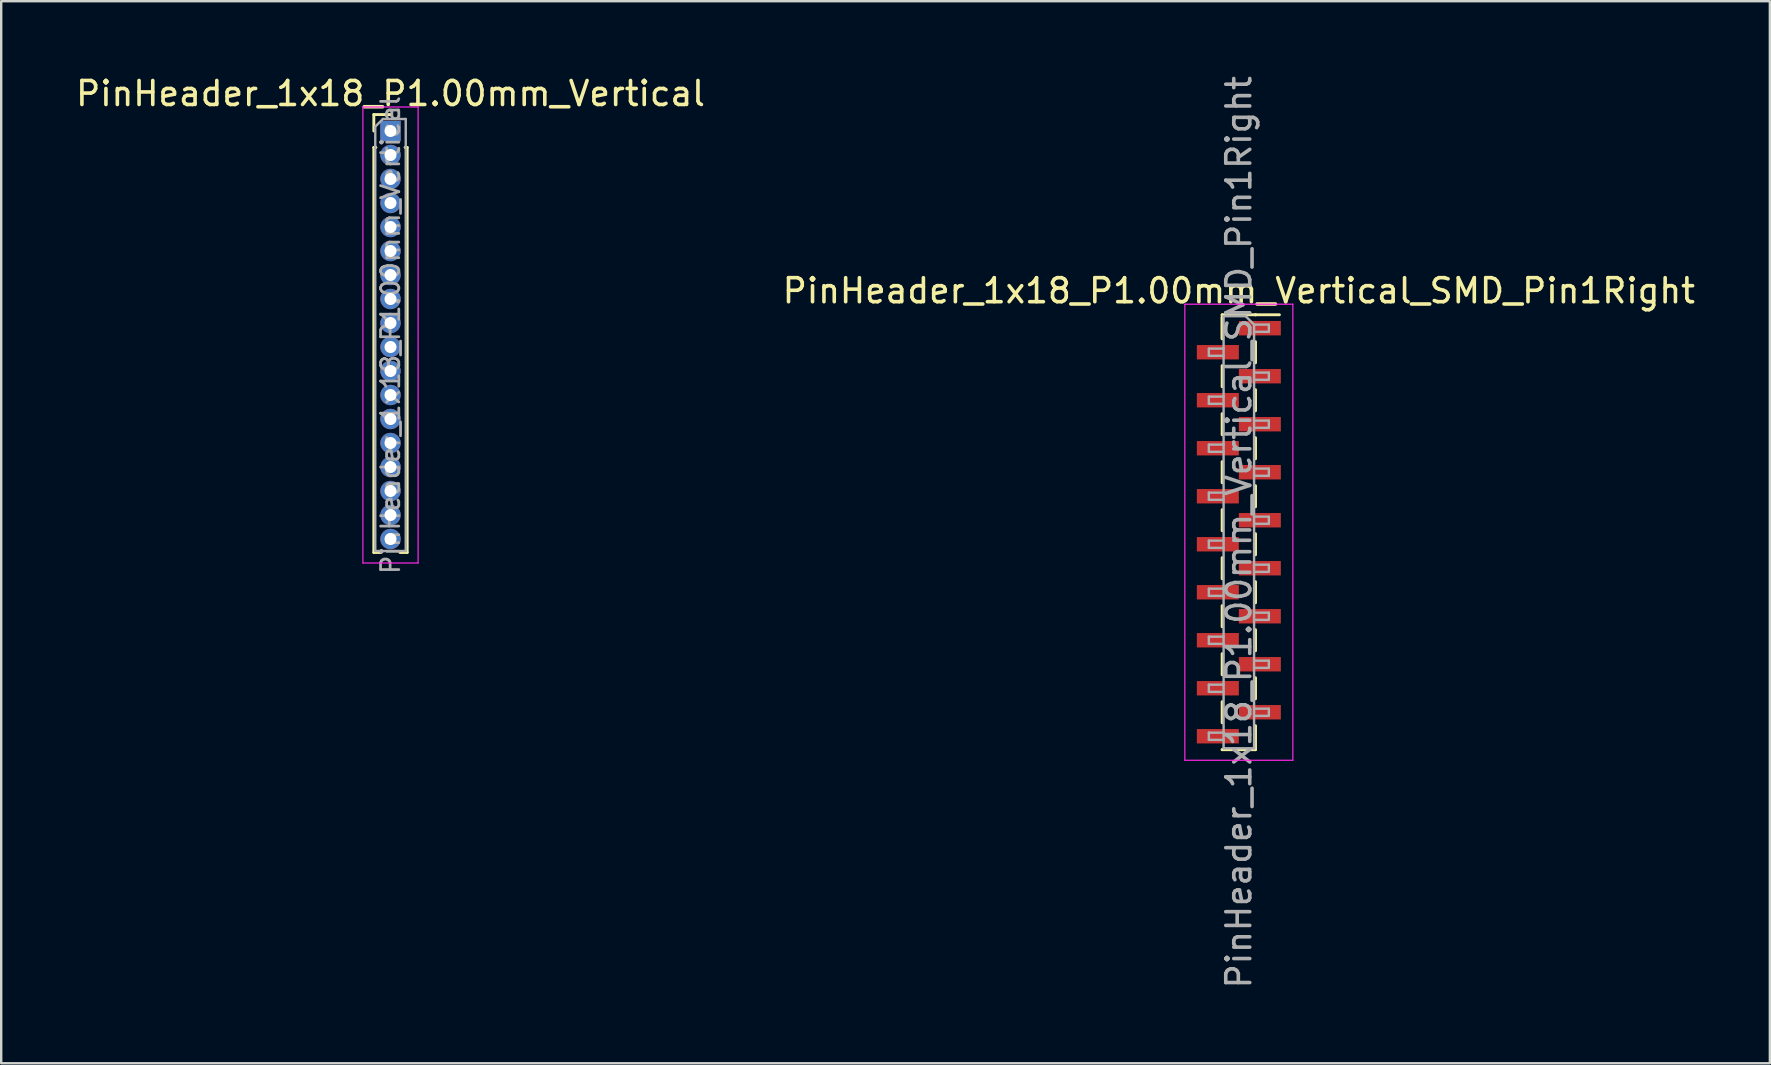
<source format=kicad_pcb>
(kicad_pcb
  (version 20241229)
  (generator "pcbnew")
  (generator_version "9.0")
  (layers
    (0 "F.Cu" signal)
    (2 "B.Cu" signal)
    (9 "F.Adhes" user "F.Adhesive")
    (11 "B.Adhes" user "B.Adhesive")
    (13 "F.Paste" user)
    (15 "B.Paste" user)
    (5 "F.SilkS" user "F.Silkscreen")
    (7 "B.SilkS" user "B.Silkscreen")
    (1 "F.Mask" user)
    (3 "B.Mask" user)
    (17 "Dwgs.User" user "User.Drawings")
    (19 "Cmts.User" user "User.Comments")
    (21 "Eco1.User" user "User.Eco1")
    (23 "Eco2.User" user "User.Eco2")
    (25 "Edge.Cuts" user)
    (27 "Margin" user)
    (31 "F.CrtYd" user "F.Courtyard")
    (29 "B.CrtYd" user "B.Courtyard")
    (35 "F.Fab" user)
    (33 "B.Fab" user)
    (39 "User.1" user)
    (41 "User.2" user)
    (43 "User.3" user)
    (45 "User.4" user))
  (footprint "PinHeader_1x18_P1.00mm_Vertical"
    (layer "F.Cu")
    (at 13.22 2.408)
    (property "Reference" "PinHeader_1x18_P1.00mm_Vertical" (at 0 -1.56 0) (layer "F.SilkS") (effects (font (size 1 1) (thickness 0.15))))
    (attr through_hole)
    (fp_line (start -0.695 -0.685) (end 0 -0.685) (stroke (width 0.12) (type solid)) (layer "F.SilkS"))
    (fp_line (start -0.695 0) (end -0.695 -0.685) (stroke (width 0.12) (type solid)) (layer "F.SilkS"))
    (fp_line (start -0.695 0.685) (end -0.695 17.56) (stroke (width 0.12) (type solid)) (layer "F.SilkS"))
    (fp_line (start -0.695 0.685) (end -0.608 0.685) (stroke (width 0.12) (type solid)) (layer "F.SilkS"))
    (fp_line (start -0.695 17.56) (end -0.394 17.56) (stroke (width 0.12) (type solid)) (layer "F.SilkS"))
    (fp_line (start 0.394 17.56) (end 0.695 17.56) (stroke (width 0.12) (type solid)) (layer "F.SilkS"))
    (fp_line (start 0.608 0.685) (end 0.695 0.685) (stroke (width 0.12) (type solid)) (layer "F.SilkS"))
    (fp_line (start 0.695 0.685) (end 0.695 17.56) (stroke (width 0.12) (type solid)) (layer "F.SilkS"))
    (fp_line (start -1.15 -1) (end -1.15 18) (stroke (width 0.05) (type solid)) (layer "F.CrtYd"))
    (fp_line (start -1.15 18) (end 1.15 18) (stroke (width 0.05) (type solid)) (layer "F.CrtYd"))
    (fp_line (start 1.15 -1) (end -1.15 -1) (stroke (width 0.05) (type solid)) (layer "F.CrtYd"))
    (fp_line (start 1.15 18) (end 1.15 -1) (stroke (width 0.05) (type solid)) (layer "F.CrtYd"))
    (fp_line (start -0.635 -0.182) (end -0.318 -0.5) (stroke (width 0.1) (type solid)) (layer "F.Fab"))
    (fp_line (start -0.635 17.5) (end -0.635 -0.182) (stroke (width 0.1) (type solid)) (layer "F.Fab"))
    (fp_line (start -0.318 -0.5) (end 0.635 -0.5) (stroke (width 0.1) (type solid)) (layer "F.Fab"))
    (fp_line (start 0.635 -0.5) (end 0.635 17.5) (stroke (width 0.1) (type solid)) (layer "F.Fab"))
    (fp_line (start 0.635 17.5) (end -0.635 17.5) (stroke (width 0.1) (type solid)) (layer "F.Fab"))
    (fp_text user "${REFERENCE}" (at 0 8.5 90) (layer "F.Fab") (effects (font (size 0.76 0.76) (thickness 0.114))))
    (pad "1" thru_hole rect (at 0 0) (size 0.85 0.85) (drill 0.5) (layers "*.Cu" "*.Mask"))
    (pad "2" thru_hole oval (at 0 1) (size 0.85 0.85) (drill 0.5) (layers "*.Cu" "*.Mask"))
    (pad "3" thru_hole oval (at 0 2) (size 0.85 0.85) (drill 0.5) (layers "*.Cu" "*.Mask"))
    (pad "4" thru_hole oval (at 0 3) (size 0.85 0.85) (drill 0.5) (layers "*.Cu" "*.Mask"))
    (pad "5" thru_hole oval (at 0 4) (size 0.85 0.85) (drill 0.5) (layers "*.Cu" "*.Mask"))
    (pad "6" thru_hole oval (at 0 5) (size 0.85 0.85) (drill 0.5) (layers "*.Cu" "*.Mask"))
    (pad "7" thru_hole oval (at 0 6) (size 0.85 0.85) (drill 0.5) (layers "*.Cu" "*.Mask"))
    (pad "8" thru_hole oval (at 0 7) (size 0.85 0.85) (drill 0.5) (layers "*.Cu" "*.Mask"))
    (pad "9" thru_hole oval (at 0 8) (size 0.85 0.85) (drill 0.5) (layers "*.Cu" "*.Mask"))
    (pad "10" thru_hole oval (at 0 9) (size 0.85 0.85) (drill 0.5) (layers "*.Cu" "*.Mask"))
    (pad "11" thru_hole oval (at 0 10) (size 0.85 0.85) (drill 0.5) (layers "*.Cu" "*.Mask"))
    (pad "12" thru_hole oval (at 0 11) (size 0.85 0.85) (drill 0.5) (layers "*.Cu" "*.Mask"))
    (pad "13" thru_hole oval (at 0 12) (size 0.85 0.85) (drill 0.5) (layers "*.Cu" "*.Mask"))
    (pad "14" thru_hole oval (at 0 13) (size 0.85 0.85) (drill 0.5) (layers "*.Cu" "*.Mask"))
    (pad "15" thru_hole oval (at 0 14) (size 0.85 0.85) (drill 0.5) (layers "*.Cu" "*.Mask"))
    (pad "16" thru_hole oval (at 0 15) (size 0.85 0.85) (drill 0.5) (layers "*.Cu" "*.Mask"))
    (pad "17" thru_hole oval (at 0 16) (size 0.85 0.85) (drill 0.5) (layers "*.Cu" "*.Mask"))
    (pad "18" thru_hole oval (at 0 17) (size 0.85 0.85) (drill 0.5) (layers "*.Cu" "*.Mask")))
  (footprint "PinHeader_1x18_P1.00mm_Vertical_SMD_Pin1Right"
    (layer "F.Cu")
    (at 48.565 19.125)
    (property "Reference" "PinHeader_1x18_P1.00mm_Vertical_SMD_Pin1Right" (at 0 -10.06 0) (layer "F.SilkS") (effects (font (size 1 1) (thickness 0.15))))
    (attr smd)
    (fp_line (start -0.695 -9.06) (end -0.695 -8.06) (stroke (width 0.12) (type solid)) (layer "F.SilkS"))
    (fp_line (start -0.695 -9.06) (end 0.695 -9.06) (stroke (width 0.12) (type solid)) (layer "F.SilkS"))
    (fp_line (start -0.695 -8.94) (end -0.695 -8.06) (stroke (width 0.12) (type solid)) (layer "F.SilkS"))
    (fp_line (start -0.695 -6.94) (end -0.695 -6.06) (stroke (width 0.12) (type solid)) (layer "F.SilkS"))
    (fp_line (start -0.695 -4.94) (end -0.695 -4.06) (stroke (width 0.12) (type solid)) (layer "F.SilkS"))
    (fp_line (start -0.695 -2.94) (end -0.695 -2.06) (stroke (width 0.12) (type solid)) (layer "F.SilkS"))
    (fp_line (start -0.695 -0.94) (end -0.695 -0.06) (stroke (width 0.12) (type solid)) (layer "F.SilkS"))
    (fp_line (start -0.695 1.06) (end -0.695 1.94) (stroke (width 0.12) (type solid)) (layer "F.SilkS"))
    (fp_line (start -0.695 3.06) (end -0.695 3.94) (stroke (width 0.12) (type solid)) (layer "F.SilkS"))
    (fp_line (start -0.695 5.06) (end -0.695 5.94) (stroke (width 0.12) (type solid)) (layer "F.SilkS"))
    (fp_line (start -0.695 7.06) (end -0.695 7.94) (stroke (width 0.12) (type solid)) (layer "F.SilkS"))
    (fp_line (start -0.695 9.06) (end -0.695 9.06) (stroke (width 0.12) (type solid)) (layer "F.SilkS"))
    (fp_line (start -0.695 9.06) (end 0.695 9.06) (stroke (width 0.12) (type solid)) (layer "F.SilkS"))
    (fp_line (start 0.695 -9.06) (end 0.695 -9.06) (stroke (width 0.12) (type solid)) (layer "F.SilkS"))
    (fp_line (start 0.695 -9.06) (end 1.69 -9.06) (stroke (width 0.12) (type solid)) (layer "F.SilkS"))
    (fp_line (start 0.695 -7.94) (end 0.695 -7.06) (stroke (width 0.12) (type solid)) (layer "F.SilkS"))
    (fp_line (start 0.695 -5.94) (end 0.695 -5.06) (stroke (width 0.12) (type solid)) (layer "F.SilkS"))
    (fp_line (start 0.695 -3.94) (end 0.695 -3.06) (stroke (width 0.12) (type solid)) (layer "F.SilkS"))
    (fp_line (start 0.695 -1.94) (end 0.695 -1.06) (stroke (width 0.12) (type solid)) (layer "F.SilkS"))
    (fp_line (start 0.695 0.06) (end 0.695 0.94) (stroke (width 0.12) (type solid)) (layer "F.SilkS"))
    (fp_line (start 0.695 2.06) (end 0.695 2.94) (stroke (width 0.12) (type solid)) (layer "F.SilkS"))
    (fp_line (start 0.695 4.06) (end 0.695 4.94) (stroke (width 0.12) (type solid)) (layer "F.SilkS"))
    (fp_line (start 0.695 6.06) (end 0.695 6.94) (stroke (width 0.12) (type solid)) (layer "F.SilkS"))
    (fp_line (start 0.695 8.06) (end 0.695 9.06) (stroke (width 0.12) (type solid)) (layer "F.SilkS"))
    (fp_line (start -2.25 -9.5) (end -2.25 9.5) (stroke (width 0.05) (type solid)) (layer "F.CrtYd"))
    (fp_line (start -2.25 9.5) (end 2.25 9.5) (stroke (width 0.05) (type solid)) (layer "F.CrtYd"))
    (fp_line (start 2.25 -9.5) (end -2.25 -9.5) (stroke (width 0.05) (type solid)) (layer "F.CrtYd"))
    (fp_line (start 2.25 9.5) (end 2.25 -9.5) (stroke (width 0.05) (type solid)) (layer "F.CrtYd"))
    (fp_line (start -1.25 -7.65) (end -1.25 -7.35) (stroke (width 0.1) (type solid)) (layer "F.Fab"))
    (fp_line (start -1.25 -7.35) (end -0.635 -7.35) (stroke (width 0.1) (type solid)) (layer "F.Fab"))
    (fp_line (start -1.25 -5.65) (end -1.25 -5.35) (stroke (width 0.1) (type solid)) (layer "F.Fab"))
    (fp_line (start -1.25 -5.35) (end -0.635 -5.35) (stroke (width 0.1) (type solid)) (layer "F.Fab"))
    (fp_line (start -1.25 -3.65) (end -1.25 -3.35) (stroke (width 0.1) (type solid)) (layer "F.Fab"))
    (fp_line (start -1.25 -3.35) (end -0.635 -3.35) (stroke (width 0.1) (type solid)) (layer "F.Fab"))
    (fp_line (start -1.25 -1.65) (end -1.25 -1.35) (stroke (width 0.1) (type solid)) (layer "F.Fab"))
    (fp_line (start -1.25 -1.35) (end -0.635 -1.35) (stroke (width 0.1) (type solid)) (layer "F.Fab"))
    (fp_line (start -1.25 0.35) (end -1.25 0.65) (stroke (width 0.1) (type solid)) (layer "F.Fab"))
    (fp_line (start -1.25 0.65) (end -0.635 0.65) (stroke (width 0.1) (type solid)) (layer "F.Fab"))
    (fp_line (start -1.25 2.35) (end -1.25 2.65) (stroke (width 0.1) (type solid)) (layer "F.Fab"))
    (fp_line (start -1.25 2.65) (end -0.635 2.65) (stroke (width 0.1) (type solid)) (layer "F.Fab"))
    (fp_line (start -1.25 4.35) (end -1.25 4.65) (stroke (width 0.1) (type solid)) (layer "F.Fab"))
    (fp_line (start -1.25 4.65) (end -0.635 4.65) (stroke (width 0.1) (type solid)) (layer "F.Fab"))
    (fp_line (start -1.25 6.35) (end -1.25 6.65) (stroke (width 0.1) (type solid)) (layer "F.Fab"))
    (fp_line (start -1.25 6.65) (end -0.635 6.65) (stroke (width 0.1) (type solid)) (layer "F.Fab"))
    (fp_line (start -1.25 8.35) (end -1.25 8.65) (stroke (width 0.1) (type solid)) (layer "F.Fab"))
    (fp_line (start -1.25 8.65) (end -0.635 8.65) (stroke (width 0.1) (type solid)) (layer "F.Fab"))
    (fp_line (start -0.635 -9) (end -0.635 9) (stroke (width 0.1) (type solid)) (layer "F.Fab"))
    (fp_line (start -0.635 -9) (end 0.285 -9) (stroke (width 0.1) (type solid)) (layer "F.Fab"))
    (fp_line (start -0.635 -7.65) (end -1.25 -7.65) (stroke (width 0.1) (type solid)) (layer "F.Fab"))
    (fp_line (start -0.635 -5.65) (end -1.25 -5.65) (stroke (width 0.1) (type solid)) (layer "F.Fab"))
    (fp_line (start -0.635 -3.65) (end -1.25 -3.65) (stroke (width 0.1) (type solid)) (layer "F.Fab"))
    (fp_line (start -0.635 -1.65) (end -1.25 -1.65) (stroke (width 0.1) (type solid)) (layer "F.Fab"))
    (fp_line (start -0.635 0.35) (end -1.25 0.35) (stroke (width 0.1) (type solid)) (layer "F.Fab"))
    (fp_line (start -0.635 2.35) (end -1.25 2.35) (stroke (width 0.1) (type solid)) (layer "F.Fab"))
    (fp_line (start -0.635 4.35) (end -1.25 4.35) (stroke (width 0.1) (type solid)) (layer "F.Fab"))
    (fp_line (start -0.635 6.35) (end -1.25 6.35) (stroke (width 0.1) (type solid)) (layer "F.Fab"))
    (fp_line (start -0.635 8.35) (end -1.25 8.35) (stroke (width 0.1) (type solid)) (layer "F.Fab"))
    (fp_line (start 0.635 -8.65) (end 0.285 -9) (stroke (width 0.1) (type solid)) (layer "F.Fab"))
    (fp_line (start 0.635 -8.65) (end 1.25 -8.65) (stroke (width 0.1) (type solid)) (layer "F.Fab"))
    (fp_line (start 0.635 -6.65) (end 1.25 -6.65) (stroke (width 0.1) (type solid)) (layer "F.Fab"))
    (fp_line (start 0.635 -4.65) (end 1.25 -4.65) (stroke (width 0.1) (type solid)) (layer "F.Fab"))
    (fp_line (start 0.635 -2.65) (end 1.25 -2.65) (stroke (width 0.1) (type solid)) (layer "F.Fab"))
    (fp_line (start 0.635 -0.65) (end 1.25 -0.65) (stroke (width 0.1) (type solid)) (layer "F.Fab"))
    (fp_line (start 0.635 1.35) (end 1.25 1.35) (stroke (width 0.1) (type solid)) (layer "F.Fab"))
    (fp_line (start 0.635 3.35) (end 1.25 3.35) (stroke (width 0.1) (type solid)) (layer "F.Fab"))
    (fp_line (start 0.635 5.35) (end 1.25 5.35) (stroke (width 0.1) (type solid)) (layer "F.Fab"))
    (fp_line (start 0.635 7.35) (end 1.25 7.35) (stroke (width 0.1) (type solid)) (layer "F.Fab"))
    (fp_line (start 0.635 9) (end -0.635 9) (stroke (width 0.1) (type solid)) (layer "F.Fab"))
    (fp_line (start 0.635 9) (end 0.635 -8.65) (stroke (width 0.1) (type solid)) (layer "F.Fab"))
    (fp_line (start 1.25 -8.65) (end 1.25 -8.35) (stroke (width 0.1) (type solid)) (layer "F.Fab"))
    (fp_line (start 1.25 -8.35) (end 0.635 -8.35) (stroke (width 0.1) (type solid)) (layer "F.Fab"))
    (fp_line (start 1.25 -6.65) (end 1.25 -6.35) (stroke (width 0.1) (type solid)) (layer "F.Fab"))
    (fp_line (start 1.25 -6.35) (end 0.635 -6.35) (stroke (width 0.1) (type solid)) (layer "F.Fab"))
    (fp_line (start 1.25 -4.65) (end 1.25 -4.35) (stroke (width 0.1) (type solid)) (layer "F.Fab"))
    (fp_line (start 1.25 -4.35) (end 0.635 -4.35) (stroke (width 0.1) (type solid)) (layer "F.Fab"))
    (fp_line (start 1.25 -2.65) (end 1.25 -2.35) (stroke (width 0.1) (type solid)) (layer "F.Fab"))
    (fp_line (start 1.25 -2.35) (end 0.635 -2.35) (stroke (width 0.1) (type solid)) (layer "F.Fab"))
    (fp_line (start 1.25 -0.65) (end 1.25 -0.35) (stroke (width 0.1) (type solid)) (layer "F.Fab"))
    (fp_line (start 1.25 -0.35) (end 0.635 -0.35) (stroke (width 0.1) (type solid)) (layer "F.Fab"))
    (fp_line (start 1.25 1.35) (end 1.25 1.65) (stroke (width 0.1) (type solid)) (layer "F.Fab"))
    (fp_line (start 1.25 1.65) (end 0.635 1.65) (stroke (width 0.1) (type solid)) (layer "F.Fab"))
    (fp_line (start 1.25 3.35) (end 1.25 3.65) (stroke (width 0.1) (type solid)) (layer "F.Fab"))
    (fp_line (start 1.25 3.65) (end 0.635 3.65) (stroke (width 0.1) (type solid)) (layer "F.Fab"))
    (fp_line (start 1.25 5.35) (end 1.25 5.65) (stroke (width 0.1) (type solid)) (layer "F.Fab"))
    (fp_line (start 1.25 5.65) (end 0.635 5.65) (stroke (width 0.1) (type solid)) (layer "F.Fab"))
    (fp_line (start 1.25 7.35) (end 1.25 7.65) (stroke (width 0.1) (type solid)) (layer "F.Fab"))
    (fp_line (start 1.25 7.65) (end 0.635 7.65) (stroke (width 0.1) (type solid)) (layer "F.Fab"))
    (fp_text user "${REFERENCE}" (at 0 0 90) (layer "F.Fab") (effects (font (size 1 1) (thickness 0.15))))
    (pad "1" smd rect (at 0.875 -8.5) (size 1.75 0.6) (layers "F.Cu" "F.Mask" "F.Paste"))
    (pad "2" smd rect (at -0.875 -7.5) (size 1.75 0.6) (layers "F.Cu" "F.Mask" "F.Paste"))
    (pad "3" smd rect (at 0.875 -6.5) (size 1.75 0.6) (layers "F.Cu" "F.Mask" "F.Paste"))
    (pad "4" smd rect (at -0.875 -5.5) (size 1.75 0.6) (layers "F.Cu" "F.Mask" "F.Paste"))
    (pad "5" smd rect (at 0.875 -4.5) (size 1.75 0.6) (layers "F.Cu" "F.Mask" "F.Paste"))
    (pad "6" smd rect (at -0.875 -3.5) (size 1.75 0.6) (layers "F.Cu" "F.Mask" "F.Paste"))
    (pad "7" smd rect (at 0.875 -2.5) (size 1.75 0.6) (layers "F.Cu" "F.Mask" "F.Paste"))
    (pad "8" smd rect (at -0.875 -1.5) (size 1.75 0.6) (layers "F.Cu" "F.Mask" "F.Paste"))
    (pad "9" smd rect (at 0.875 -0.5) (size 1.75 0.6) (layers "F.Cu" "F.Mask" "F.Paste"))
    (pad "10" smd rect (at -0.875 0.5) (size 1.75 0.6) (layers "F.Cu" "F.Mask" "F.Paste"))
    (pad "11" smd rect (at 0.875 1.5) (size 1.75 0.6) (layers "F.Cu" "F.Mask" "F.Paste"))
    (pad "12" smd rect (at -0.875 2.5) (size 1.75 0.6) (layers "F.Cu" "F.Mask" "F.Paste"))
    (pad "13" smd rect (at 0.875 3.5) (size 1.75 0.6) (layers "F.Cu" "F.Mask" "F.Paste"))
    (pad "14" smd rect (at -0.875 4.5) (size 1.75 0.6) (layers "F.Cu" "F.Mask" "F.Paste"))
    (pad "15" smd rect (at 0.875 5.5) (size 1.75 0.6) (layers "F.Cu" "F.Mask" "F.Paste"))
    (pad "16" smd rect (at -0.875 6.5) (size 1.75 0.6) (layers "F.Cu" "F.Mask" "F.Paste"))
    (pad "17" smd rect (at 0.875 7.5) (size 1.75 0.6) (layers "F.Cu" "F.Mask" "F.Paste"))
    (pad "18" smd rect (at -0.875 8.5) (size 1.75 0.6) (layers "F.Cu" "F.Mask" "F.Paste")))
  (gr_rect
    (start -3 -3)
    (end 70.69 41.25)
    (stroke (width 0.1) (type default))
    (fill no)
    (layer "Edge.Cuts")))
</source>
